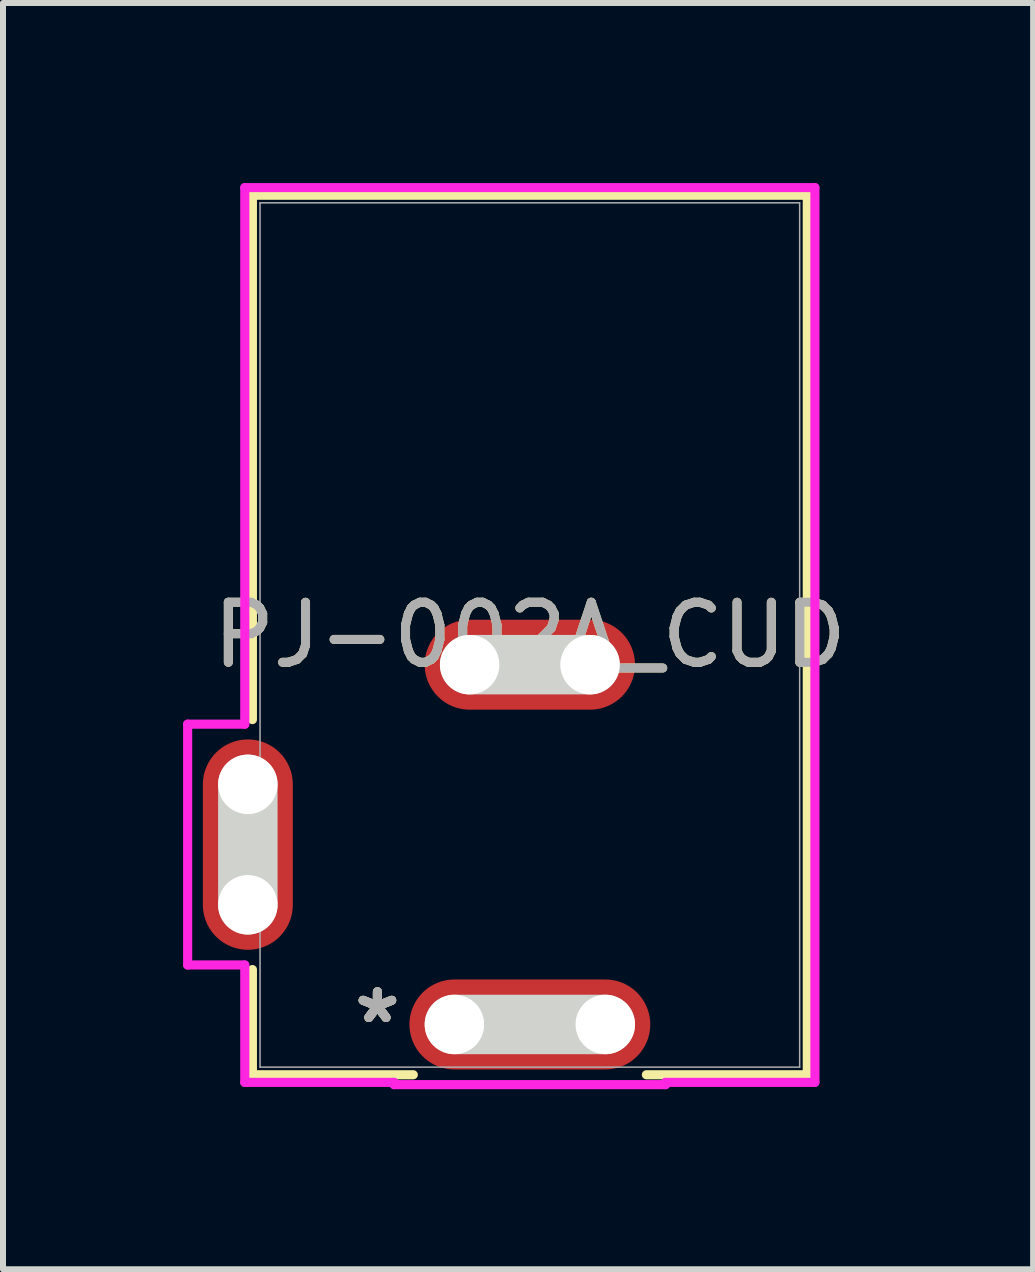
<source format=kicad_pcb>
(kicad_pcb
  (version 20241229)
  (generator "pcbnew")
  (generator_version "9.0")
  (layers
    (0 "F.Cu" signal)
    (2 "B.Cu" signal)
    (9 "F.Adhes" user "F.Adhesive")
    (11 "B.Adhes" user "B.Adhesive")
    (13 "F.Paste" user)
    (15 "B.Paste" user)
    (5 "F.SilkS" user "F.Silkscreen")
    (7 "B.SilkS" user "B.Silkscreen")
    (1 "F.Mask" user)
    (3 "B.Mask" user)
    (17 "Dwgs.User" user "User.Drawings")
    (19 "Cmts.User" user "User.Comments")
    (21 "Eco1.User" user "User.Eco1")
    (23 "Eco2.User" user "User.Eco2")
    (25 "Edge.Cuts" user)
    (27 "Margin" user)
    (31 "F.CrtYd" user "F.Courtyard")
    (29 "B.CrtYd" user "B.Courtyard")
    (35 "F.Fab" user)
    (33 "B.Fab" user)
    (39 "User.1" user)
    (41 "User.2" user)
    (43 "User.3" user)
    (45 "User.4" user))
  (footprint "PJ-002A_CUD"
    (layer "F.Cu")
    (at 5.779 7.531)
    (property "Reference" "PJ-002A_CUD" (at 0 0 0) (unlocked yes) (layer "F.SilkS") (effects (font (size 1 1) (thickness 0.15))))
    (attr smd)
    (fp_line (start -4.623 -7.328) (end -4.623 1.41) (stroke (width 0.152) (type solid)) (layer "F.SilkS"))
    (fp_line (start -4.623 5.575) (end -4.623 7.328) (stroke (width 0.152) (type solid)) (layer "F.SilkS"))
    (fp_line (start -4.623 7.328) (end -1.942 7.328) (stroke (width 0.152) (type solid)) (layer "F.SilkS"))
    (fp_line (start 1.942 7.328) (end 4.623 7.328) (stroke (width 0.152) (type solid)) (layer "F.SilkS"))
    (fp_line (start 4.623 -7.328) (end -4.623 -7.328) (stroke (width 0.152) (type solid)) (layer "F.SilkS"))
    (fp_line (start 4.623 7.328) (end 4.623 -7.328) (stroke (width 0.152) (type solid)) (layer "F.SilkS"))
    (fp_line (start -4.699 4.496) (end -4.699 2.489) (stroke (width 0.991) (type solid)) (layer "Edge.Cuts"))
    (fp_line (start -1.257 6.49) (end 1.257 6.49) (stroke (width 0.991) (type solid)) (layer "Edge.Cuts"))
    (fp_line (start -1.003 0.495) (end 1.003 0.495) (stroke (width 0.991) (type solid)) (layer "Edge.Cuts"))
    (fp_line (start -5.702 1.486) (end -5.702 5.499) (stroke (width 0.152) (type solid)) (layer "F.CrtYd"))
    (fp_line (start -5.702 5.499) (end -4.75 5.499) (stroke (width 0.152) (type solid)) (layer "F.CrtYd"))
    (fp_line (start -4.75 -7.455) (end -4.75 1.486) (stroke (width 0.152) (type solid)) (layer "F.CrtYd"))
    (fp_line (start -4.75 1.486) (end -5.702 1.486) (stroke (width 0.152) (type solid)) (layer "F.CrtYd"))
    (fp_line (start -4.75 5.499) (end -4.75 7.455) (stroke (width 0.152) (type solid)) (layer "F.CrtYd"))
    (fp_line (start -4.75 7.455) (end -2.261 7.455) (stroke (width 0.152) (type solid)) (layer "F.CrtYd"))
    (fp_line (start -2.261 7.455) (end -2.261 7.493) (stroke (width 0.152) (type solid)) (layer "F.CrtYd"))
    (fp_line (start -2.261 7.493) (end 2.261 7.493) (stroke (width 0.152) (type solid)) (layer "F.CrtYd"))
    (fp_line (start 2.261 7.455) (end 4.75 7.455) (stroke (width 0.152) (type solid)) (layer "F.CrtYd"))
    (fp_line (start 2.261 7.493) (end 2.261 7.455) (stroke (width 0.152) (type solid)) (layer "F.CrtYd"))
    (fp_line (start 4.75 -7.455) (end -4.75 -7.455) (stroke (width 0.152) (type solid)) (layer "F.CrtYd"))
    (fp_line (start 4.75 7.455) (end 4.75 -7.455) (stroke (width 0.152) (type solid)) (layer "F.CrtYd"))
    (fp_line (start -4.902 2.248) (end -4.902 4.737) (stroke (width 0.025) (type solid)) (layer "F.Fab"))
    (fp_line (start -4.902 4.737) (end -4.496 4.737) (stroke (width 0.025) (type solid)) (layer "F.Fab"))
    (fp_line (start -4.496 -7.201) (end -4.496 7.201) (stroke (width 0.025) (type solid)) (layer "F.Fab"))
    (fp_line (start -4.496 2.248) (end -4.902 2.248) (stroke (width 0.025) (type solid)) (layer "F.Fab"))
    (fp_line (start -4.496 7.201) (end 4.496 7.201) (stroke (width 0.025) (type solid)) (layer "F.Fab"))
    (fp_line (start 4.496 -7.201) (end -4.496 -7.201) (stroke (width 0.025) (type solid)) (layer "F.Fab"))
    (fp_line (start 4.496 7.201) (end 4.496 -7.201) (stroke (width 0.025) (type solid)) (layer "F.Fab"))
    (fp_text user "*" (at -2.54 6.49 0) (unlocked yes) (layer "F.SilkS") (effects (font (size 1 1) (thickness 0.15))))
    (fp_text user "*" (at -2.54 6.49 0) (layer "F.SilkS") (effects (font (size 1 1) (thickness 0.15))))
    (fp_text user "*" (at -2.54 6.49 0) (unlocked yes) (layer "F.Fab") (effects (font (size 1 1) (thickness 0.15))))
    (fp_text user "${REFERENCE}" (at 0 0 0) (unlocked yes) (layer "F.Fab") (effects (font (size 1 1) (thickness 0.15))))
    (fp_text user "*" (at -2.54 6.49 0) (layer "F.Fab") (effects (font (size 1 1) (thickness 0.15))))
    (pad "" np_thru_hole circle (at -4.699 2.489) (size 0.991 0.991) (drill 0.991) (layers "*.Cu" "*.Mask"))
    (pad "" np_thru_hole circle (at -4.699 4.496) (size 0.991 0.991) (drill 0.991) (layers "*.Cu" "*.Mask"))
    (pad "" np_thru_hole circle (at -1.257 6.49) (size 0.991 0.991) (drill 0.991) (layers "*.Cu" "*.Mask"))
    (pad "" np_thru_hole circle (at -1.003 0.495) (size 0.991 0.991) (drill 0.991) (layers "*.Cu" "*.Mask"))
    (pad "" np_thru_hole circle (at 1.003 0.495) (size 0.991 0.991) (drill 0.991) (layers "*.Cu" "*.Mask"))
    (pad "" np_thru_hole circle (at 1.257 6.49) (size 0.991 0.991) (drill 0.991) (layers "*.Cu" "*.Mask"))
    (pad "1" smd oval (at 0 6.49) (size 4.013 1.499) (layers "F.Cu" "F.Mask" "F.Paste"))
    (pad "2" smd oval (at 0 0.495) (size 3.505 1.499) (layers "F.Cu" "F.Mask" "F.Paste"))
    (pad "3" smd oval (at -4.699 3.493) (size 1.499 3.505) (layers "F.Cu" "F.Mask" "F.Paste")))
  (gr_rect
    (start -3 -3)
    (end 14.165 18.1)
    (stroke (width 0.1) (type default))
    (fill no)
    (layer "Edge.Cuts")))
</source>
